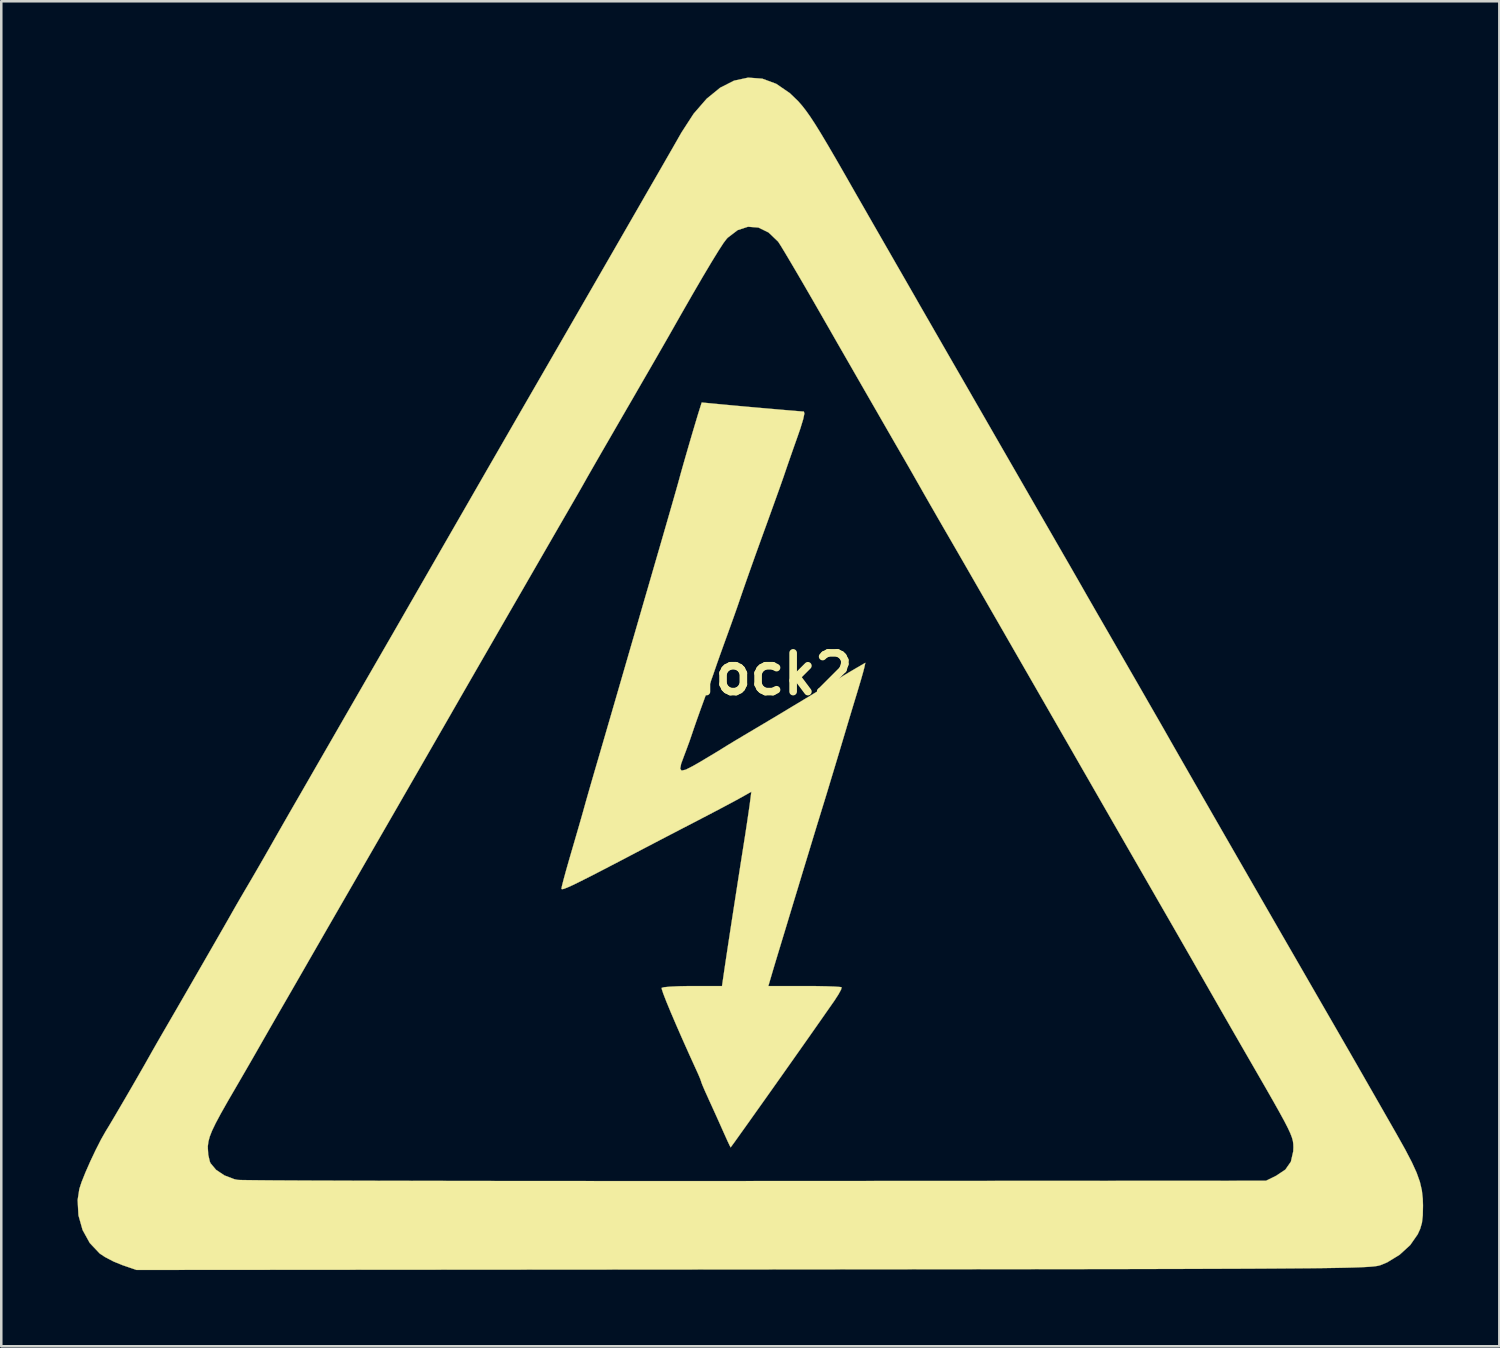
<source format=kicad_pcb>
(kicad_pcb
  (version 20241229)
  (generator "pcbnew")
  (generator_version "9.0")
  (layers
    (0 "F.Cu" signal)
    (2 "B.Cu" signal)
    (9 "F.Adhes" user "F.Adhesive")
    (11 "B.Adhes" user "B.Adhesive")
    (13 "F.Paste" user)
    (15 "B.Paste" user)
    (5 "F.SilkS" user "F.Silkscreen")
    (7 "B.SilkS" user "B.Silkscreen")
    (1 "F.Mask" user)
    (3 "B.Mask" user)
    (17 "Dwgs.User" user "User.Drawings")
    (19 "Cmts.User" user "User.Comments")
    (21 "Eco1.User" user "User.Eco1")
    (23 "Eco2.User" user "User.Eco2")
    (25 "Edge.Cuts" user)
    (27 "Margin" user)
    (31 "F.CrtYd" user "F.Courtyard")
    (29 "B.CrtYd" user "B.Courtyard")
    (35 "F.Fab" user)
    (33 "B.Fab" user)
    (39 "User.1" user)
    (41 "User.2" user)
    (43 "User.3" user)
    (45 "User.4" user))
  (footprint "shock2"
    (layer "F.Cu")
    (at 26.493 23.477)
    (property "Reference" "shock2" (at 0 0 0) (layer "F.SilkS") (effects (font (size 1.524 1.524) (thickness 0.3))))
    (attr through_hole)
    (fp_poly (pts (xy -1.366 -10.634) (xy -1.028 -10.602) (xy -0.607 -10.563) (xy -0.133 -10.52) (xy 0.363 -10.476) (xy 0.849 -10.434) (xy 1.295 -10.395) (xy 1.67 -10.364) (xy 1.943 -10.341) (xy 2.083 -10.331) (xy 2.091 -10.331) (xy 2.112 -10.254) (xy 2.065 -10.031) (xy 1.955 -9.67) (xy 1.854 -9.377) (xy 1.702 -8.948) (xy 1.554 -8.525) (xy 1.429 -8.165) (xy 1.359 -7.959) (xy 1.299 -7.782) (xy 1.226 -7.574) (xy 1.134 -7.314) (xy 1.015 -6.982) (xy 0.862 -6.557) (xy 0.669 -6.021) (xy 0.426 -5.352) (xy 0.328 -5.08) (xy 0.173 -4.651) (xy 0.004 -4.175) (xy -0.164 -3.7) (xy -0.313 -3.271) (xy -0.428 -2.937) (xy -0.462 -2.836) (xy -0.536 -2.622) (xy -0.652 -2.294) (xy -0.793 -1.9) (xy -0.929 -1.524) (xy -1.079 -1.11) (xy -1.219 -0.72) (xy -1.332 -0.401) (xy -1.397 -0.212) (xy -1.474 0.013) (xy -1.592 0.344) (xy -1.732 0.729) (xy -1.822 0.974) (xy -1.972 1.386) (xy -2.118 1.796) (xy -2.239 2.143) (xy -2.287 2.286) (xy -2.413 2.654) (xy -2.559 3.049) (xy -2.62 3.209) (xy -2.738 3.53) (xy -2.775 3.725) (xy -2.718 3.799) (xy -2.555 3.761) (xy -2.271 3.616) (xy -2.074 3.504) (xy -1.733 3.302) (xy -1.41 3.109) (xy -1.161 2.957) (xy -1.101 2.918) (xy -0.912 2.801) (xy -0.618 2.623) (xy -0.258 2.408) (xy 0.127 2.18) (xy 0.529 1.941) (xy 1.026 1.645) (xy 1.566 1.32) (xy 2.101 0.998) (xy 2.371 0.835) (xy 2.826 0.559) (xy 3.263 0.296) (xy 3.647 0.065) (xy 3.946 -0.114) (xy 4.097 -0.203) (xy 4.511 -0.444) (xy 4.467 -0.243) (xy 4.423 -0.075) (xy 4.343 0.207) (xy 4.24 0.552) (xy 4.19 0.72) (xy 4.057 1.156) (xy 3.915 1.627) (xy 3.79 2.042) (xy 3.768 2.117) (xy 3.567 2.789) (xy 3.403 3.336) (xy 3.266 3.791) (xy 3.145 4.19) (xy 3.03 4.571) (xy 2.909 4.967) (xy 2.771 5.414) (xy 2.77 5.419) (xy 2.621 5.901) (xy 2.44 6.495) (xy 2.242 7.147) (xy 2.041 7.805) (xy 1.867 8.382) (xy 1.696 8.944) (xy 1.529 9.496) (xy 1.377 9.999) (xy 1.249 10.42) (xy 1.158 10.72) (xy 1.148 10.753) (xy 1.032 11.135) (xy 0.915 11.524) (xy 0.824 11.832) (xy 0.693 12.277) (xy 2.11 12.277) (xy 2.583 12.279) (xy 2.996 12.287) (xy 3.318 12.299) (xy 3.521 12.314) (xy 3.577 12.326) (xy 3.557 12.414) (xy 3.456 12.6) (xy 3.297 12.847) (xy 3.274 12.88) (xy 3.031 13.227) (xy 2.758 13.618) (xy 2.554 13.909) (xy 2.287 14.29) (xy 1.975 14.733) (xy 1.631 15.221) (xy 1.267 15.737) (xy 0.897 16.26) (xy 0.533 16.774) (xy 0.188 17.259) (xy -0.124 17.699) (xy -0.391 18.073) (xy -0.599 18.365) (xy -0.737 18.555) (xy -0.79 18.626) (xy -0.79 18.627) (xy -0.828 18.555) (xy -0.918 18.364) (xy -1.042 18.089) (xy -1.095 17.97) (xy -1.279 17.558) (xy -1.484 17.105) (xy -1.665 16.708) (xy -1.666 16.704) (xy -1.798 16.413) (xy -1.897 16.184) (xy -1.945 16.058) (xy -1.947 16.047) (xy -1.98 15.949) (xy -2.062 15.753) (xy -2.113 15.641) (xy -2.409 14.99) (xy -2.686 14.371) (xy -2.935 13.802) (xy -3.149 13.302) (xy -3.32 12.888) (xy -3.44 12.579) (xy -3.501 12.394) (xy -3.506 12.349) (xy -3.41 12.323) (xy -3.176 12.301) (xy -2.837 12.285) (xy -2.425 12.277) (xy -2.296 12.277) (xy -1.13 12.277) (xy -1.028 11.578) (xy -0.962 11.136) (xy -0.875 10.56) (xy -0.771 9.879) (xy -0.655 9.128) (xy -0.532 8.337) (xy -0.408 7.54) (xy -0.294 6.816) (xy -0.217 6.328) (xy -0.146 5.86) (xy -0.086 5.454) (xy -0.043 5.157) (xy -0.034 5.088) (xy 0.025 4.63) (xy -0.432 4.886) (xy -0.66 5.011) (xy -1.004 5.194) (xy -1.426 5.417) (xy -1.892 5.66) (xy -2.244 5.843) (xy -2.75 6.105) (xy -3.27 6.375) (xy -3.757 6.629) (xy -4.167 6.843) (xy -4.36 6.944) (xy -5.138 7.352) (xy -5.778 7.685) (xy -6.294 7.951) (xy -6.697 8.154) (xy -6.999 8.302) (xy -7.214 8.399) (xy -7.352 8.452) (xy -7.427 8.467) (xy -7.45 8.449) (xy -7.45 8.448) (xy -7.427 8.333) (xy -7.364 8.086) (xy -7.269 7.737) (xy -7.149 7.316) (xy -7.065 7.027) (xy -6.924 6.544) (xy -6.79 6.083) (xy -6.675 5.685) (xy -6.591 5.389) (xy -6.564 5.292) (xy -6.495 5.044) (xy -6.392 4.682) (xy -6.269 4.255) (xy -6.14 3.811) (xy -6.14 3.81) (xy -5.977 3.254) (xy -5.779 2.575) (xy -5.557 1.811) (xy -5.321 1) (xy -5.084 0.183) (xy -4.856 -0.603) (xy -4.649 -1.318) (xy -4.613 -1.439) (xy -4.516 -1.774) (xy -4.381 -2.241) (xy -4.217 -2.808) (xy -4.031 -3.446) (xy -3.835 -4.124) (xy -3.636 -4.81) (xy -3.594 -4.953) (xy -3.409 -5.592) (xy -3.237 -6.188) (xy -3.084 -6.72) (xy -2.957 -7.164) (xy -2.862 -7.5) (xy -2.805 -7.705) (xy -2.794 -7.747) (xy -2.744 -7.929) (xy -2.658 -8.234) (xy -2.546 -8.623) (xy -2.421 -9.055) (xy -2.293 -9.492) (xy -2.173 -9.894) (xy -2.075 -10.221) (xy -2.018 -10.403) (xy -1.928 -10.688) (xy -1.366 -10.634)) (stroke (width 0.01) (type solid)) (fill yes) (layer "F.SilkS"))
    (fp_poly (pts (xy 0.456 -23.431) (xy 1.005 -23.228) (xy 1.54 -22.861) (xy 1.87 -22.542) (xy 2.018 -22.372) (xy 2.17 -22.178) (xy 2.337 -21.943) (xy 2.53 -21.649) (xy 2.758 -21.281) (xy 3.032 -20.822) (xy 3.362 -20.256) (xy 3.758 -19.567) (xy 3.98 -19.177) (xy 4.171 -18.843) (xy 4.426 -18.399) (xy 4.722 -17.882) (xy 5.039 -17.33) (xy 5.356 -16.778) (xy 5.428 -16.653) (xy 5.716 -16.151) (xy 5.987 -15.681) (xy 6.224 -15.268) (xy 6.413 -14.939) (xy 6.539 -14.719) (xy 6.57 -14.663) (xy 6.652 -14.52) (xy 6.808 -14.249) (xy 7.028 -13.867) (xy 7.3 -13.394) (xy 7.614 -12.848) (xy 7.96 -12.247) (xy 8.328 -11.609) (xy 8.358 -11.557) (xy 8.751 -10.874) (xy 9.145 -10.19) (xy 9.526 -9.528) (xy 9.879 -8.915) (xy 10.189 -8.377) (xy 10.442 -7.938) (xy 10.601 -7.662) (xy 10.861 -7.21) (xy 11.176 -6.663) (xy 11.516 -6.073) (xy 11.852 -5.491) (xy 12.064 -5.122) (xy 12.335 -4.652) (xy 12.59 -4.21) (xy 12.811 -3.825) (xy 12.982 -3.527) (xy 13.085 -3.346) (xy 13.086 -3.344) (xy 13.211 -3.125) (xy 13.393 -2.808) (xy 13.601 -2.446) (xy 13.73 -2.223) (xy 14.151 -1.493) (xy 14.561 -0.781) (xy 14.952 -0.103) (xy 15.313 0.523) (xy 15.633 1.081) (xy 15.904 1.552) (xy 16.116 1.92) (xy 16.258 2.168) (xy 16.301 2.244) (xy 16.538 2.661) (xy 16.854 3.214) (xy 17.242 3.891) (xy 17.697 4.684) (xy 18.211 5.579) (xy 18.779 6.567) (xy 19.395 7.637) (xy 20.052 8.779) (xy 20.744 9.98) (xy 21.466 11.231) (xy 22.154 12.425) (xy 22.592 13.184) (xy 22.958 13.817) (xy 23.262 14.346) (xy 23.519 14.791) (xy 23.704 15.113) (xy 23.822 15.318) (xy 24.019 15.662) (xy 24.289 16.134) (xy 24.629 16.727) (xy 25.032 17.432) (xy 25.413 18.098) (xy 25.756 18.71) (xy 26.017 19.21) (xy 26.206 19.625) (xy 26.334 19.984) (xy 26.411 20.316) (xy 26.448 20.649) (xy 26.456 20.913) (xy 26.448 21.307) (xy 26.415 21.593) (xy 26.346 21.832) (xy 26.247 22.049) (xy 25.952 22.471) (xy 25.536 22.851) (xy 25.049 23.15) (xy 24.781 23.261) (xy 24.731 23.275) (xy 24.668 23.289) (xy 24.587 23.302) (xy 24.481 23.314) (xy 24.344 23.325) (xy 24.171 23.335) (xy 23.955 23.345) (xy 23.692 23.354) (xy 23.374 23.362) (xy 22.996 23.369) (xy 22.553 23.376) (xy 22.038 23.382) (xy 21.446 23.387) (xy 20.77 23.392) (xy 20.005 23.397) (xy 19.145 23.401) (xy 18.184 23.404) (xy 17.117 23.408) (xy 15.936 23.411) (xy 14.638 23.414) (xy 13.215 23.416) (xy 11.661 23.418) (xy 9.972 23.42) (xy 8.141 23.422) (xy 6.162 23.424) (xy 4.029 23.426) (xy 1.737 23.428) (xy 0.085 23.43) (xy -24.172 23.449) (xy -24.727 23.259) (xy -25.075 23.117) (xy -25.412 22.941) (xy -25.62 22.802) (xy -26.01 22.39) (xy -26.293 21.877) (xy -26.456 21.3) (xy -26.488 20.697) (xy -26.421 20.262) (xy -26.331 19.987) (xy -26.18 19.61) (xy -25.989 19.176) (xy -25.779 18.732) (xy -25.721 18.619) (xy -21.366 18.619) (xy -21.348 18.916) (xy -21.287 19.179) (xy -21.257 19.251) (xy -21.04 19.509) (xy -20.711 19.729) (xy -20.324 19.877) (xy -20.197 19.904) (xy -20.081 19.91) (xy -19.805 19.914) (xy -19.374 19.919) (xy -18.796 19.924) (xy -18.079 19.928) (xy -17.23 19.932) (xy -16.257 19.935) (xy -15.168 19.939) (xy -13.969 19.941) (xy -12.669 19.944) (xy -11.275 19.946) (xy -9.794 19.948) (xy -8.234 19.949) (xy -6.603 19.95) (xy -4.909 19.951) (xy -3.157 19.951) (xy -1.357 19.951) (xy 0.212 19.95) (xy 20.278 19.939) (xy 20.682 19.74) (xy 21.04 19.5) (xy 21.257 19.189) (xy 21.35 18.78) (xy 21.356 18.614) (xy 21.352 18.496) (xy 21.337 18.378) (xy 21.301 18.244) (xy 21.238 18.078) (xy 21.14 17.866) (xy 20.998 17.59) (xy 20.805 17.236) (xy 20.553 16.788) (xy 20.234 16.23) (xy 19.84 15.547) (xy 19.687 15.282) (xy 19.476 14.917) (xy 19.282 14.581) (xy 19.13 14.316) (xy 19.052 14.182) (xy 18.814 13.767) (xy 18.519 13.253) (xy 18.196 12.688) (xy 17.87 12.119) (xy 17.57 11.596) (xy 17.355 11.218) (xy 17.173 10.902) (xy 16.926 10.471) (xy 16.632 9.959) (xy 16.309 9.398) (xy 15.976 8.82) (xy 15.773 8.467) (xy 15.467 7.935) (xy 15.095 7.289) (xy 14.676 6.561) (xy 14.229 5.784) (xy 13.773 4.991) (xy 13.326 4.213) (xy 12.997 3.641) (xy 12.607 2.961) (xy 12.224 2.296) (xy 11.862 1.666) (xy 11.532 1.092) (xy 11.248 0.598) (xy 11.022 0.205) (xy 10.867 -0.065) (xy 10.855 -0.085) (xy 10.649 -0.443) (xy 10.46 -0.772) (xy 10.312 -1.029) (xy 10.247 -1.143) (xy 10.163 -1.288) (xy 10.01 -1.555) (xy 9.8 -1.92) (xy 9.547 -2.359) (xy 9.266 -2.848) (xy 9.102 -3.133) (xy 8.786 -3.682) (xy 8.467 -4.236) (xy 8.165 -4.759) (xy 7.9 -5.218) (xy 7.692 -5.577) (xy 7.636 -5.673) (xy 7.382 -6.113) (xy 7.091 -6.619) (xy 6.81 -7.11) (xy 6.689 -7.324) (xy 6.477 -7.696) (xy 6.279 -8.044) (xy 6.118 -8.324) (xy 6.036 -8.467) (xy 5.908 -8.688) (xy 5.708 -9.033) (xy 5.45 -9.481) (xy 5.147 -10.008) (xy 4.811 -10.592) (xy 4.455 -11.21) (xy 4.093 -11.84) (xy 3.737 -12.46) (xy 3.4 -13.046) (xy 3.096 -13.577) (xy 2.836 -14.03) (xy 2.798 -14.097) (xy 2.468 -14.671) (xy 2.147 -15.226) (xy 1.847 -15.741) (xy 1.579 -16.196) (xy 1.356 -16.571) (xy 1.19 -16.845) (xy 1.091 -16.999) (xy 1.077 -17.019) (xy 0.703 -17.377) (xy 0.304 -17.572) (xy -0.106 -17.604) (xy -0.513 -17.472) (xy -0.902 -17.175) (xy -0.944 -17.131) (xy -1.069 -16.967) (xy -1.269 -16.659) (xy -1.541 -16.217) (xy -1.881 -15.646) (xy -2.284 -14.954) (xy -2.747 -14.147) (xy -3.136 -13.462) (xy -3.254 -13.254) (xy -3.445 -12.922) (xy -3.694 -12.488) (xy -3.99 -11.975) (xy -4.32 -11.405) (xy -4.669 -10.8) (xy -4.869 -10.456) (xy -5.217 -9.854) (xy -5.546 -9.285) (xy -5.844 -8.77) (xy -6.099 -8.327) (xy -6.299 -7.978) (xy -6.434 -7.743) (xy -6.479 -7.662) (xy -6.624 -7.405) (xy -6.81 -7.08) (xy -6.962 -6.816) (xy -7.101 -6.576) (xy -7.312 -6.211) (xy -7.585 -5.739) (xy -7.907 -5.181) (xy -8.269 -4.554) (xy -8.658 -3.879) (xy -9.064 -3.175) (xy -9.477 -2.461) (xy -9.883 -1.756) (xy -10.273 -1.079) (xy -10.636 -0.45) (xy -10.96 0.112) (xy -11.234 0.588) (xy -11.447 0.958) (xy -11.588 1.204) (xy -11.602 1.228) (xy -11.785 1.547) (xy -12.04 1.991) (xy -12.357 2.541) (xy -12.722 3.176) (xy -13.124 3.874) (xy -13.551 4.615) (xy -13.991 5.379) (xy -14.432 6.144) (xy -14.862 6.89) (xy -15.269 7.596) (xy -15.641 8.242) (xy -15.746 8.424) (xy -16.079 9.001) (xy -16.413 9.58) (xy -16.73 10.13) (xy -17.011 10.619) (xy -17.239 11.015) (xy -17.356 11.218) (xy -17.62 11.678) (xy -17.921 12.201) (xy -18.21 12.702) (xy -18.331 12.912) (xy -18.597 13.372) (xy -18.897 13.894) (xy -19.184 14.395) (xy -19.304 14.605) (xy -19.559 15.051) (xy -19.844 15.545) (xy -20.113 16.009) (xy -20.232 16.214) (xy -20.582 16.816) (xy -20.853 17.295) (xy -21.055 17.672) (xy -21.197 17.968) (xy -21.289 18.202) (xy -21.341 18.397) (xy -21.364 18.572) (xy -21.366 18.619) (xy -25.721 18.619) (xy -25.571 18.323) (xy -25.386 17.996) (xy -25.361 17.956) (xy -25.245 17.766) (xy -25.065 17.462) (xy -24.839 17.077) (xy -24.586 16.645) (xy -24.326 16.197) (xy -24.079 15.768) (xy -23.862 15.39) (xy -23.697 15.097) (xy -23.682 15.071) (xy -23.546 14.829) (xy -23.355 14.495) (xy -23.141 14.124) (xy -23.027 13.928) (xy -22.765 13.476) (xy -22.467 12.961) (xy -22.146 12.405) (xy -21.817 11.834) (xy -21.492 11.27) (xy -21.185 10.736) (xy -20.91 10.258) (xy -20.68 9.857) (xy -20.51 9.559) (xy -20.419 9.398) (xy -20.272 9.14) (xy -20.076 8.801) (xy -19.869 8.448) (xy -19.83 8.382) (xy -19.631 8.043) (xy -19.383 7.616) (xy -19.121 7.161) (xy -18.924 6.816) (xy -18.662 6.355) (xy -18.373 5.849) (xy -18.097 5.368) (xy -17.931 5.08) (xy -17.733 4.738) (xy -17.476 4.291) (xy -17.183 3.782) (xy -16.878 3.253) (xy -16.638 2.836) (xy -16.309 2.265) (xy -15.956 1.652) (xy -15.595 1.026) (xy -15.245 0.419) (xy -14.922 -0.14) (xy -14.645 -0.62) (xy -14.431 -0.991) (xy -14.392 -1.058) (xy -14.308 -1.204) (xy -14.153 -1.472) (xy -13.943 -1.837) (xy -13.692 -2.274) (xy -13.413 -2.76) (xy -13.271 -3.006) (xy -12.804 -3.818) (xy -12.312 -4.674) (xy -11.808 -5.55) (xy -11.304 -6.425) (xy -10.814 -7.277) (xy -10.349 -8.085) (xy -9.922 -8.825) (xy -9.547 -9.475) (xy -9.236 -10.015) (xy -9.079 -10.287) (xy -7.646 -12.768) (xy -6.265 -15.161) (xy -4.951 -17.441) (xy -4.635 -17.99) (xy -4.316 -18.544) (xy -4.015 -19.068) (xy -3.75 -19.526) (xy -3.543 -19.885) (xy -3.488 -19.981) (xy -3.258 -20.381) (xy -3.022 -20.792) (xy -2.816 -21.153) (xy -2.726 -21.311) (xy -2.246 -22.052) (xy -1.735 -22.641) (xy -1.203 -23.075) (xy -0.656 -23.353) (xy -0.1 -23.472) (xy 0.456 -23.431)) (stroke (width 0.01) (type solid)) (fill yes) (layer "F.SilkS")))
  (gr_rect
    (start -3 -3)
    (end 55.954 49.931)
    (stroke (width 0.1) (type default))
    (fill no)
    (layer "Edge.Cuts")))
</source>
